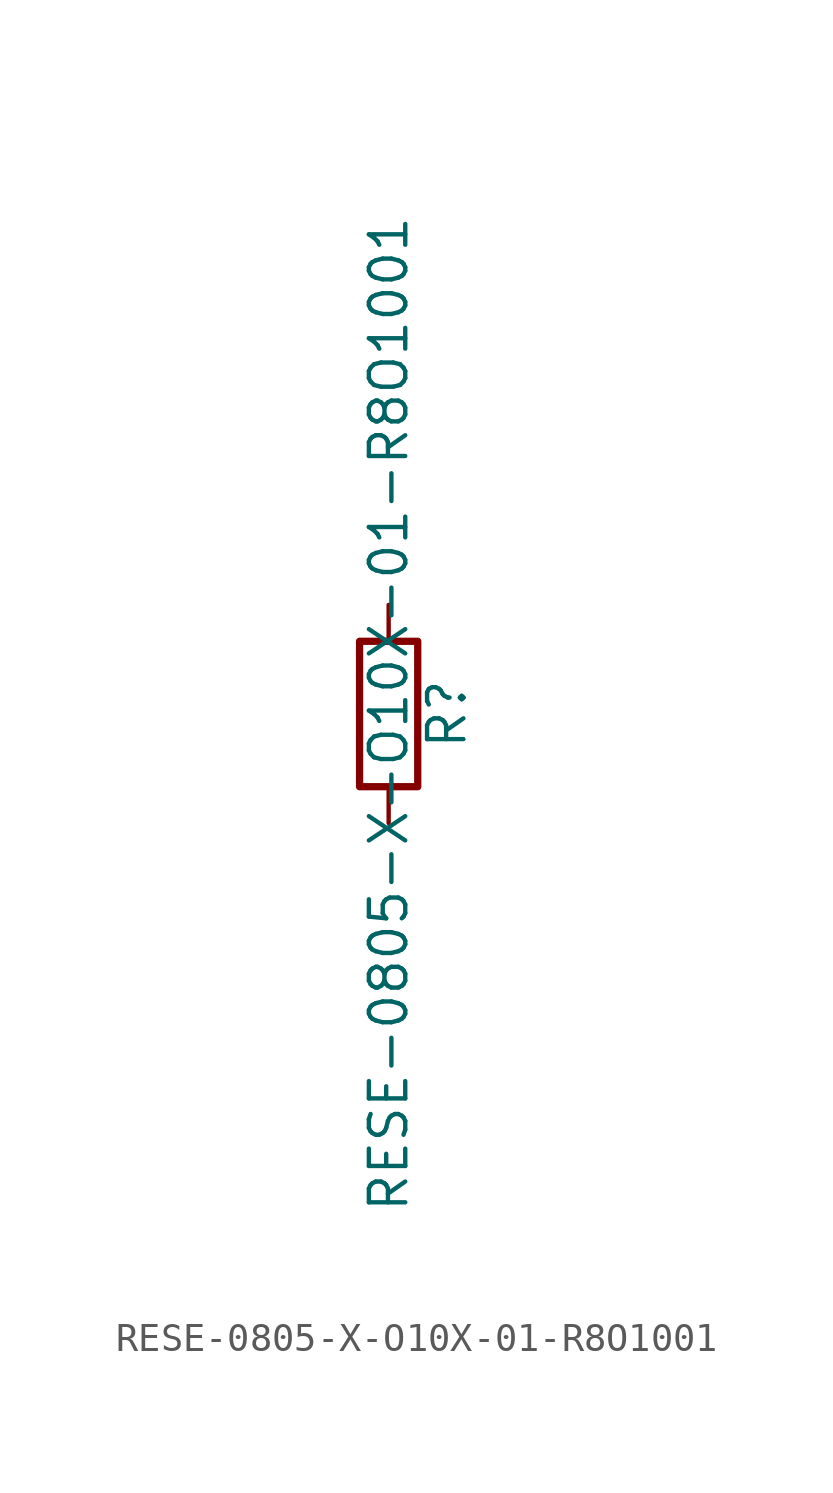
<source format=kicad_sym>
(kicad_symbol_lib
  (version 20211014)
  (generator kicad_symbol_editor)
  (symbol "RESE-0805-X-O10X-01-R8O1001"
    (pin_numbers hide)
    (pin_names
      (offset 0))
    (property "Reference" "R"
      (at 2.032 0 90)
      (effects (font (size 1.27 1.27))))
    (property "Value" "RESE-0805-X-O10X-01-R8O1001"
      (at 0 0 90)
      (effects (font (size 1.27 1.27))))
    (symbol "RESE-0805-X-O10X-01-R8O1001_0_1"
      (rectangle (start -1.016 -2.54) (end 1.016 2.54) (stroke (width 0.254) (type default) (color 0 0 0 0)) (fill (type none))))
    (symbol "RESE-0805-X-O10X-01-R8O1001_1_1"
      (pin passive line (at 0 3.81 270) (length 1.27) (name "~" (effects (font (size 1.27 1.27)))) (number "1" (effects (font (size 1.27 1.27)))))
      (pin passive line (at 0 -3.81 90) (length 1.27) (name "~" (effects (font (size 1.27 1.27)))) (number "2" (effects (font (size 1.27 1.27))))))))
</source>
